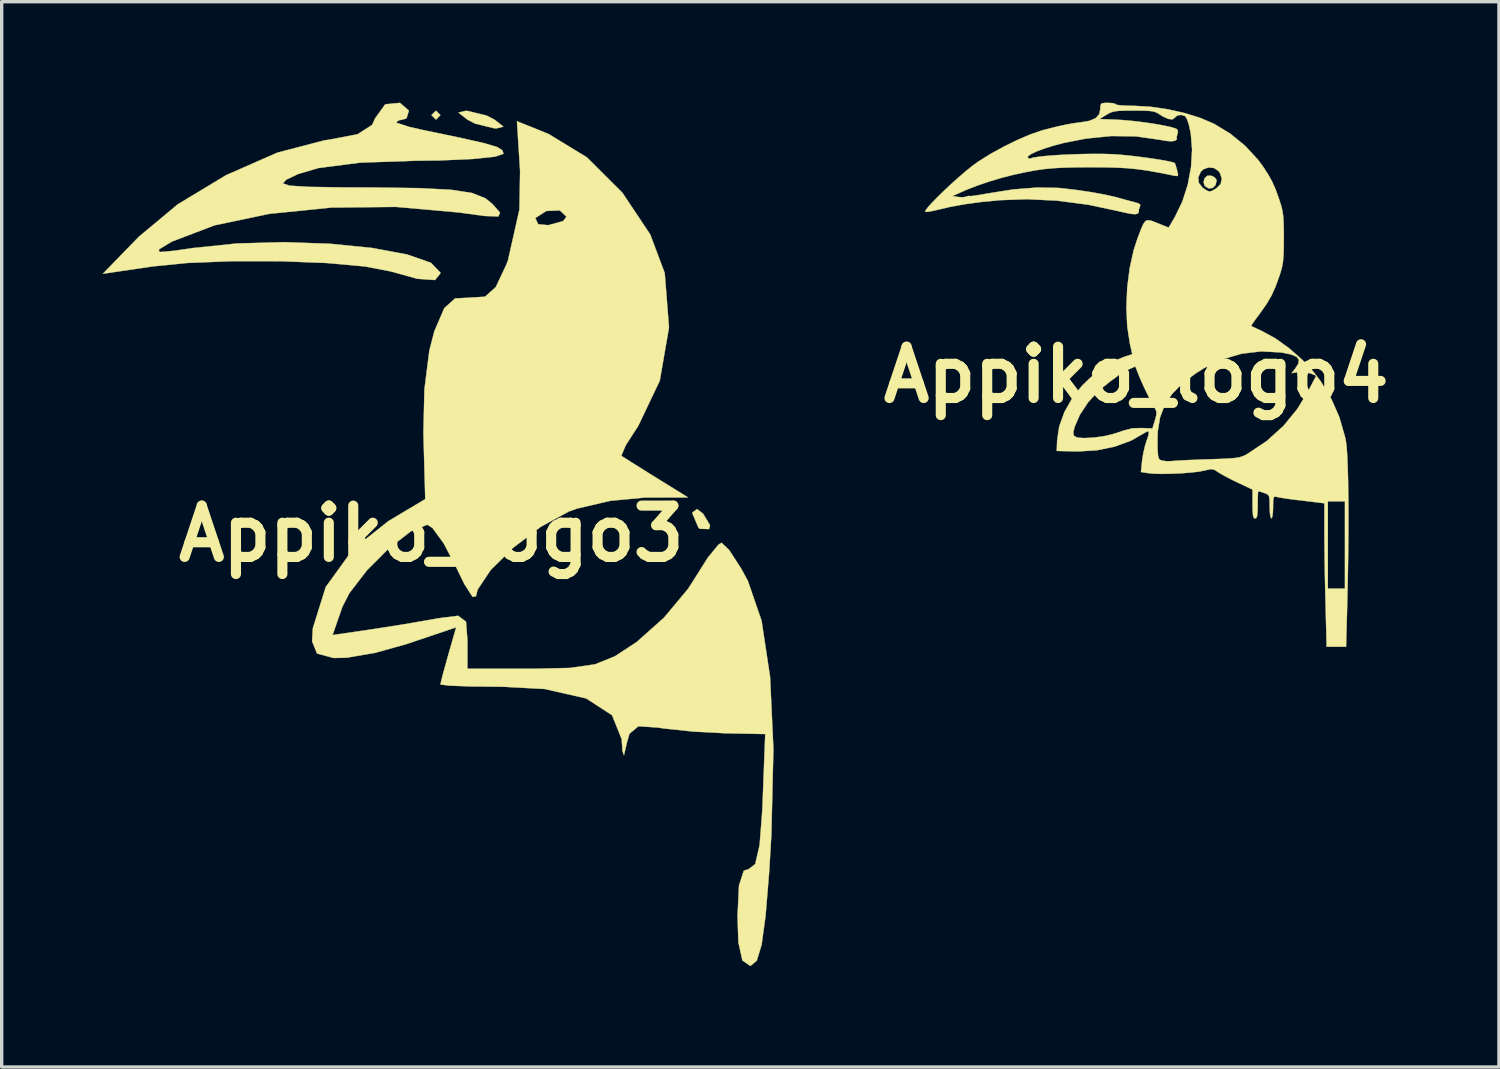
<source format=kicad_pcb>
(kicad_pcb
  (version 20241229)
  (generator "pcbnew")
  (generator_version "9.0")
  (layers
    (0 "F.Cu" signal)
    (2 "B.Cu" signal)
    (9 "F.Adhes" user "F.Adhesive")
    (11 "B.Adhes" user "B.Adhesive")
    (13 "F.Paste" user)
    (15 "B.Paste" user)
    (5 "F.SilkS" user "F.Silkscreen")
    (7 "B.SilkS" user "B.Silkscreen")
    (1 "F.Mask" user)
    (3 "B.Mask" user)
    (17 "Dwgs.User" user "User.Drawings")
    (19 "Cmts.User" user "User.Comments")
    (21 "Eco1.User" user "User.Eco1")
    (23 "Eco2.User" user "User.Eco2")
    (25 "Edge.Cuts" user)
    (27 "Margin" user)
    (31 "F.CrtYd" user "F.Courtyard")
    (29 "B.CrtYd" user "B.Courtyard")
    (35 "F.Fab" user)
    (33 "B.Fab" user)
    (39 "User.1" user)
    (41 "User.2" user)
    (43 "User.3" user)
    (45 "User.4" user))
  (footprint "Appiko_logo4"
    (layer "F.Cu")
    (at 30.698 8.082)
    (property "Reference" "Appiko_logo4" (at 0 0 0) (layer "F.SilkS") (effects (font (size 1.524 1.524) (thickness 0.3))))
    (attr through_hole)
    (fp_poly (pts (xy 2.327 -5.865) (xy 2.386 -5.786) (xy 2.388 -5.768) (xy 2.351 -5.628) (xy 2.262 -5.547) (xy 2.147 -5.536) (xy 2.035 -5.609) (xy 2.034 -5.611) (xy 1.998 -5.722) (xy 2.032 -5.841) (xy 2.114 -5.913) (xy 2.221 -5.915) (xy 2.327 -5.865)) (stroke (width 0.01) (type solid)) (fill yes) (layer "F.SilkS"))
    (fp_poly (pts (xy -0.702 -8.069) (xy -0.62 -8.047) (xy -0.61 -8.034) (xy -0.562 -8.016) (xy -0.434 -8.001) (xy -0.246 -7.992) (xy -0.064 -7.989) (xy 0.419 -7.962) (xy 0.93 -7.888) (xy 1.437 -7.774) (xy 1.909 -7.627) (xy 2.311 -7.455) (xy 2.79 -7.164) (xy 3.232 -6.804) (xy 3.611 -6.395) (xy 3.757 -6.198) (xy 3.916 -5.954) (xy 4.035 -5.741) (xy 4.135 -5.516) (xy 4.235 -5.24) (xy 4.252 -5.19) (xy 4.305 -5.021) (xy 4.342 -4.87) (xy 4.365 -4.709) (xy 4.377 -4.514) (xy 4.382 -4.258) (xy 4.383 -4.064) (xy 4.381 -3.759) (xy 4.373 -3.531) (xy 4.357 -3.352) (xy 4.329 -3.198) (xy 4.286 -3.043) (xy 4.253 -2.94) (xy 4.136 -2.617) (xy 4.017 -2.354) (xy 3.875 -2.11) (xy 3.689 -1.845) (xy 3.656 -1.801) (xy 3.541 -1.646) (xy 3.456 -1.524) (xy 3.415 -1.457) (xy 3.414 -1.449) (xy 3.464 -1.424) (xy 3.582 -1.369) (xy 3.728 -1.303) (xy 4.13 -1.083) (xy 4.539 -0.79) (xy 4.93 -0.447) (xy 5.275 -0.076) (xy 5.483 0.199) (xy 5.798 0.724) (xy 6.032 1.258) (xy 6.199 1.838) (xy 6.222 1.943) (xy 6.246 2.113) (xy 6.265 2.376) (xy 6.28 2.722) (xy 6.292 3.143) (xy 6.299 3.628) (xy 6.301 4.17) (xy 6.3 4.758) (xy 6.294 5.384) (xy 6.283 6.039) (xy 6.268 6.713) (xy 6.266 6.82) (xy 6.232 8.077) (xy 5.655 8.077) (xy 5.622 6.82) (xy 5.612 6.406) (xy 5.603 5.966) (xy 5.596 5.528) (xy 5.591 5.123) (xy 5.588 4.78) (xy 5.588 4.689) (xy 5.588 3.816) (xy 5.372 3.79) (xy 5.217 3.771) (xy 5.118 3.759) (xy 5.69 3.759) (xy 5.69 6.35) (xy 6.198 6.35) (xy 6.198 3.759) (xy 5.69 3.759) (xy 5.118 3.759) (xy 5.003 3.745) (xy 4.771 3.717) (xy 4.724 3.712) (xy 4.511 3.684) (xy 4.326 3.656) (xy 4.2 3.633) (xy 4.178 3.627) (xy 4.117 3.616) (xy 4.083 3.638) (xy 4.068 3.715) (xy 4.064 3.867) (xy 4.064 3.931) (xy 4.057 4.106) (xy 4.038 4.226) (xy 4.013 4.267) (xy 3.987 4.22) (xy 3.969 4.095) (xy 3.962 3.917) (xy 3.96 3.732) (xy 3.948 3.623) (xy 3.915 3.563) (xy 3.85 3.527) (xy 3.802 3.51) (xy 3.689 3.472) (xy 3.626 3.455) (xy 3.625 3.454) (xy 3.616 3.501) (xy 3.61 3.626) (xy 3.607 3.803) (xy 3.607 3.861) (xy 3.603 4.069) (xy 3.59 4.194) (xy 3.564 4.254) (xy 3.531 4.267) (xy 3.492 4.249) (xy 3.469 4.181) (xy 3.457 4.048) (xy 3.454 3.838) (xy 3.454 3.408) (xy 3.022 3.206) (xy 2.81 3.102) (xy 2.615 3) (xy 2.468 2.915) (xy 2.431 2.89) (xy 2.324 2.823) (xy 2.233 2.802) (xy 2.111 2.822) (xy 2.037 2.842) (xy 1.862 2.875) (xy 1.615 2.904) (xy 1.326 2.926) (xy 1.024 2.939) (xy 0.739 2.943) (xy 0.5 2.936) (xy 0.381 2.924) (xy 0.139 2.887) (xy 0.173 2.557) (xy 0.208 2.331) (xy 0.263 2.098) (xy 0.277 2.056) (xy 0.63 2.056) (xy 0.637 2.273) (xy 0.649 2.41) (xy 0.671 2.487) (xy 0.709 2.527) (xy 0.765 2.548) (xy 0.903 2.567) (xy 1.064 2.562) (xy 1.067 2.562) (xy 1.175 2.552) (xy 1.364 2.541) (xy 1.614 2.529) (xy 1.905 2.518) (xy 2.159 2.509) (xy 2.488 2.498) (xy 2.733 2.487) (xy 2.911 2.473) (xy 3.041 2.454) (xy 3.14 2.428) (xy 3.225 2.392) (xy 3.302 2.349) (xy 3.875 1.966) (xy 4.37 1.52) (xy 4.789 1.007) (xy 5.107 0.483) (xy 5.345 0.027) (xy 5.176 -0.042) (xy 4.963 -0.087) (xy 4.81 -0.08) (xy 4.613 -0.048) (xy 4.72 -0.183) (xy 4.814 -0.332) (xy 4.829 -0.448) (xy 4.76 -0.536) (xy 4.602 -0.604) (xy 4.348 -0.656) (xy 4.288 -0.665) (xy 3.708 -0.696) (xy 3.131 -0.627) (xy 2.565 -0.462) (xy 2.018 -0.201) (xy 1.763 -0.04) (xy 1.365 0.262) (xy 1.062 0.572) (xy 0.844 0.902) (xy 0.706 1.269) (xy 0.638 1.684) (xy 0.63 2.056) (xy 0.277 2.056) (xy 0.305 1.967) (xy 0.365 1.789) (xy 0.374 1.694) (xy 0.333 1.678) (xy 0.264 1.716) (xy -0.154 1.955) (xy -0.636 2.132) (xy -1.165 2.241) (xy -1.72 2.276) (xy -1.81 2.275) (xy -2.362 2.261) (xy -2.35 1.947) (xy -2.314 1.704) (xy -1.869 1.704) (xy -1.855 1.806) (xy -1.772 1.859) (xy -1.608 1.877) (xy -1.513 1.878) (xy -1.275 1.865) (xy -1.018 1.833) (xy -0.889 1.809) (xy -0.683 1.757) (xy -0.482 1.694) (xy -0.381 1.656) (xy -0.114 1.589) (xy 0.151 1.581) (xy 0.48 1.593) (xy 0.555 1.352) (xy 0.596 1.2) (xy 0.601 1.102) (xy 0.568 1.016) (xy 0.543 0.975) (xy 0.451 0.813) (xy 0.337 0.591) (xy 0.219 0.343) (xy 0.113 0.104) (xy 0.067 -0.01) (xy -0.027 -0.248) (xy -0.253 -0.147) (xy -0.391 -0.08) (xy -0.485 -0.025) (xy -0.507 -0.007) (xy -0.561 0.042) (xy -0.672 0.124) (xy -0.767 0.191) (xy -1.124 0.48) (xy -1.433 0.821) (xy -1.677 1.191) (xy -1.827 1.539) (xy -1.869 1.704) (xy -2.314 1.704) (xy -2.288 1.533) (xy -2.135 1.109) (xy -1.901 0.693) (xy -1.608 0.32) (xy -1.379 0.1) (xy -1.102 -0.118) (xy -0.808 -0.313) (xy -0.527 -0.465) (xy -0.364 -0.531) (xy -0.119 -0.612) (xy -0.19 -0.928) (xy -0.268 -1.44) (xy -0.293 -2.004) (xy -0.268 -2.59) (xy -0.195 -3.168) (xy -0.076 -3.707) (xy 0.044 -4.072) (xy 0.138 -4.315) (xy 0.208 -4.476) (xy 0.271 -4.565) (xy 0.346 -4.595) (xy 0.449 -4.576) (xy 0.598 -4.518) (xy 0.697 -4.478) (xy 0.962 -4.372) (xy 1.144 -4.683) (xy 1.367 -5.141) (xy 1.529 -5.644) (xy 1.57 -5.865) (xy 1.84 -5.865) (xy 1.857 -5.701) (xy 1.971 -5.556) (xy 2.057 -5.497) (xy 2.141 -5.452) (xy 2.204 -5.446) (xy 2.286 -5.483) (xy 2.375 -5.537) (xy 2.505 -5.664) (xy 2.542 -5.822) (xy 2.486 -5.993) (xy 2.447 -6.048) (xy 2.314 -6.14) (xy 2.15 -6.159) (xy 1.995 -6.104) (xy 1.921 -6.036) (xy 1.84 -5.865) (xy 1.57 -5.865) (xy 1.627 -6.167) (xy 1.658 -6.686) (xy 1.619 -7.176) (xy 1.56 -7.442) (xy 1.513 -7.579) (xy 1.463 -7.67) (xy 1.45 -7.683) (xy 1.338 -7.72) (xy 1.222 -7.704) (xy 1.149 -7.642) (xy 1.148 -7.64) (xy 1.08 -7.587) (xy 0.955 -7.599) (xy 0.791 -7.672) (xy 0.689 -7.738) (xy 0.612 -7.785) (xy 0.526 -7.817) (xy 0.41 -7.836) (xy 0.241 -7.845) (xy -0.002 -7.848) (xy -0.076 -7.848) (xy -0.34 -7.846) (xy -0.526 -7.839) (xy -0.657 -7.822) (xy -0.757 -7.792) (xy -0.848 -7.746) (xy -0.889 -7.721) (xy -1.092 -7.595) (xy -0.711 -7.583) (xy -0.426 -7.568) (xy -0.112 -7.54) (xy 0.21 -7.502) (xy 0.52 -7.457) (xy 0.798 -7.408) (xy 1.023 -7.359) (xy 1.176 -7.312) (xy 1.213 -7.293) (xy 1.24 -7.22) (xy 1.219 -7.136) (xy 1.195 -7.043) (xy 1.208 -7.009) (xy 1.202 -6.987) (xy 1.156 -6.956) (xy 1.059 -6.934) (xy 0.889 -6.947) (xy 0.686 -6.983) (xy -0.011 -7.082) (xy -0.734 -7.092) (xy -1.493 -7.016) (xy -2.164 -6.884) (xy -2.452 -6.808) (xy -2.716 -6.725) (xy -2.941 -6.642) (xy -3.11 -6.564) (xy -3.209 -6.497) (xy -3.226 -6.452) (xy -3.171 -6.418) (xy -3.156 -6.422) (xy -3.059 -6.452) (xy -2.877 -6.48) (xy -2.628 -6.505) (xy -2.33 -6.527) (xy -1.999 -6.544) (xy -1.653 -6.556) (xy -1.309 -6.562) (xy -0.985 -6.561) (xy -0.697 -6.552) (xy -0.617 -6.547) (xy -0.37 -6.527) (xy -0.093 -6.498) (xy 0.196 -6.462) (xy 0.477 -6.423) (xy 0.731 -6.383) (xy 0.94 -6.345) (xy 1.085 -6.312) (xy 1.145 -6.288) (xy 1.165 -6.235) (xy 1.2 -6.12) (xy 1.211 -6.08) (xy 1.241 -5.956) (xy 1.232 -5.906) (xy 1.172 -5.905) (xy 1.127 -5.914) (xy 0.708 -5.998) (xy 0.356 -6.061) (xy 0.043 -6.106) (xy -0.259 -6.136) (xy -0.578 -6.153) (xy -0.943 -6.162) (xy -1.372 -6.164) (xy -1.805 -6.161) (xy -2.161 -6.153) (xy -2.465 -6.136) (xy -2.74 -6.11) (xy -3.011 -6.07) (xy -3.302 -6.015) (xy -3.632 -5.944) (xy -3.981 -5.856) (xy -4.361 -5.742) (xy -4.732 -5.616) (xy -5.052 -5.491) (xy -5.105 -5.467) (xy -5.461 -5.309) (xy -5.283 -5.281) (xy -5.149 -5.272) (xy -5.056 -5.289) (xy -5.05 -5.293) (xy -4.984 -5.315) (xy -4.97 -5.309) (xy -4.913 -5.308) (xy -4.779 -5.324) (xy -4.588 -5.354) (xy -4.416 -5.386) (xy -3.644 -5.507) (xy -2.944 -5.562) (xy -2.319 -5.551) (xy -2.189 -5.539) (xy -1.745 -5.486) (xy -1.316 -5.422) (xy -0.929 -5.351) (xy -0.608 -5.278) (xy -0.533 -5.257) (xy -0.332 -5.201) (xy -0.128 -5.146) (xy -0.063 -5.13) (xy 0.069 -5.091) (xy 0.12 -5.051) (xy 0.11 -4.994) (xy 0.104 -4.983) (xy 0.074 -4.898) (xy 0.079 -4.865) (xy 0.069 -4.818) (xy 0.039 -4.787) (xy -0.032 -4.769) (xy -0.172 -4.782) (xy -0.392 -4.828) (xy -0.5 -4.854) (xy -1.425 -5.051) (xy -2.346 -5.172) (xy -3.244 -5.216) (xy -4.04 -5.187) (xy -4.607 -5.132) (xy -5.097 -5.066) (xy -5.534 -4.986) (xy -5.886 -4.904) (xy -6.06 -4.864) (xy -6.198 -4.841) (xy -6.265 -4.84) (xy -6.259 -4.881) (xy -6.188 -4.977) (xy -6.063 -5.115) (xy -5.897 -5.285) (xy -5.702 -5.475) (xy -5.489 -5.674) (xy -5.27 -5.87) (xy -5.058 -6.052) (xy -4.865 -6.208) (xy -4.702 -6.327) (xy -4.699 -6.329) (xy -4.332 -6.559) (xy -3.931 -6.779) (xy -3.525 -6.978) (xy -3.14 -7.142) (xy -2.804 -7.257) (xy -2.769 -7.267) (xy -2.377 -7.368) (xy -2.056 -7.438) (xy -1.778 -7.484) (xy -1.655 -7.498) (xy -1.383 -7.545) (xy -1.2 -7.626) (xy -1.098 -7.745) (xy -1.067 -7.903) (xy -1.062 -8.01) (xy -1.028 -8.061) (xy -0.938 -8.076) (xy -0.838 -8.077) (xy -0.702 -8.069)) (stroke (width 0.01) (type solid)) (fill yes) (layer "F.SilkS")))
  (footprint "Appiko_logo3"
    (layer "F.Cu")
    (at 9.764 12.802)
    (property "Reference" "Appiko_logo3" (at 0 0 0) (layer "F.SilkS") (effects (font (size 1.524 1.524) (thickness 0.3))))
    (attr through_hole)
    (fp_poly (pts (xy 0.267 -12.433) (xy 0.134 -12.299) (xy 0 -12.433) (xy 0.134 -12.566) (xy 0.267 -12.433)) (stroke (width 0.01) (type solid)) (fill yes) (layer "F.SilkS"))
    (fp_poly (pts (xy 8.07 -0.593) (xy 8.274 -0.252) (xy 8.248 -0.138) (xy 7.969 -0.146) (xy 7.932 -0.178) (xy 7.756 -0.59) (xy 7.754 -0.633) (xy 7.889 -0.732) (xy 8.07 -0.593)) (stroke (width 0.01) (type solid)) (fill yes) (layer "F.SilkS"))
    (fp_poly (pts (xy 1.642 -12.418) (xy 1.872 -12.299) (xy 2.138 -12.091) (xy 1.938 -12.04) (xy 1.872 -12.04) (xy 1.299 -12.18) (xy 1.069 -12.299) (xy 0.803 -12.507) (xy 1.003 -12.558) (xy 1.069 -12.558) (xy 1.642 -12.418)) (stroke (width 0.01) (type solid)) (fill yes) (layer "F.SilkS"))
    (fp_poly (pts (xy -0.668 -12.566) (xy -0.741 -12.334) (xy -0.987 -12.27) (xy -1.046 -12.209) (xy -0.666 -12.085) (xy -0.267 -11.994) (xy 0.866 -11.758) (xy 1.574 -11.598) (xy 1.956 -11.483) (xy 2.111 -11.385) (xy 2.139 -11.285) (xy 1.891 -11.199) (xy 1.222 -11.13) (xy 0.249 -11.087) (xy -0.468 -11.078) (xy -2.122 -11.021) (xy -3.355 -10.862) (xy -3.961 -10.683) (xy -4.309 -10.517) (xy -4.414 -10.406) (xy -4.214 -10.338) (xy -3.644 -10.302) (xy -2.643 -10.287) (xy -1.754 -10.283) (xy -0.369 -10.265) (xy 0.583 -10.216) (xy 1.205 -10.12) (xy 1.598 -9.965) (xy 1.806 -9.799) (xy 2.037 -9.537) (xy 1.99 -9.423) (xy 1.582 -9.437) (xy 0.802 -9.543) (xy -1.054 -9.707) (xy -2.977 -9.687) (xy -4.822 -9.5) (xy -6.443 -9.159) (xy -7.698 -8.681) (xy -7.754 -8.65) (xy -8.097 -8.442) (xy -8.077 -8.366) (xy -7.633 -8.405) (xy -7.085 -8.485) (xy -5.776 -8.621) (xy -4.384 -8.66) (xy -3.011 -8.612) (xy -1.758 -8.487) (xy -0.726 -8.295) (xy -0.017 -8.048) (xy 0.266 -7.755) (xy 0.267 -7.733) (xy 0.107 -7.535) (xy -0.417 -7.571) (xy -1.203 -7.79) (xy -1.975 -7.938) (xy -3.123 -8.041) (xy -4.492 -8.094) (xy -5.925 -8.095) (xy -7.266 -8.041) (xy -8.288 -7.938) (xy -9.759 -7.721) (xy -8.689 -8.822) (xy -7.533 -9.785) (xy -6.096 -10.651) (xy -4.578 -11.318) (xy -3.18 -11.684) (xy -3.05 -11.701) (xy -2.196 -11.864) (xy -1.764 -12.141) (xy -1.672 -12.338) (xy -1.372 -12.755) (xy -0.936 -12.797) (xy -0.668 -12.566)) (stroke (width 0.01) (type solid)) (fill yes) (layer "F.SilkS"))
    (fp_poly (pts (xy 3.476 -11.874) (xy 4.617 -11.179) (xy 5.673 -10.126) (xy 6.499 -8.888) (xy 6.929 -7.743) (xy 7.056 -6.123) (xy 6.782 -4.545) (xy 6.139 -3.194) (xy 6.11 -3.153) (xy 5.771 -2.626) (xy 5.644 -2.325) (xy 5.652 -2.307) (xy 5.919 -2.136) (xy 6.47 -1.791) (xy 6.684 -1.658) (xy 7.62 -1.078) (xy 6.341 -1.074) (xy 5.315 -0.978) (xy 4.316 -0.745) (xy 4.069 -0.655) (xy 3.244 -0.203) (xy 2.43 0.415) (xy 1.761 1.076) (xy 1.372 1.659) (xy 1.323 1.857) (xy 1.222 1.876) (xy 0.975 1.49) (xy 0.738 1.003) (xy 0.364 0.285) (xy 0.027 -0.176) (xy -0.123 -0.267) (xy -0.613 -0.07) (xy -1.259 0.429) (xy -1.916 1.088) (xy -2.44 1.769) (xy -2.645 2.171) (xy -2.937 3.01) (xy -1.803 2.844) (xy -0.841 2.694) (xy 0.067 2.537) (xy 0.201 2.512) (xy 0.792 2.437) (xy 1.027 2.612) (xy 1.069 3.162) (xy 1.069 3.178) (xy 1.069 4.011) (xy 3.035 4.011) (xy 4.114 3.986) (xy 4.854 3.88) (xy 5.449 3.641) (xy 6.092 3.219) (xy 6.097 3.215) (xy 6.906 2.495) (xy 7.622 1.637) (xy 7.808 1.346) (xy 8.211 0.707) (xy 8.529 0.321) (xy 8.617 0.269) (xy 8.843 0.484) (xy 9.198 1.033) (xy 9.4 1.404) (xy 9.807 2.588) (xy 10.059 4.259) (xy 10.157 6.39) (xy 10.096 8.955) (xy 10.033 10.02) (xy 9.925 11.345) (xy 9.807 12.208) (xy 9.664 12.68) (xy 9.481 12.833) (xy 9.466 12.834) (xy 9.235 12.673) (xy 9.117 12.135) (xy 9.091 11.363) (xy 9.135 10.448) (xy 9.276 10.011) (xy 9.425 9.959) (xy 9.616 9.813) (xy 9.747 9.25) (xy 9.827 8.214) (xy 9.836 7.988) (xy 9.914 5.95) (xy 8.738 5.927) (xy 7.783 5.877) (xy 6.9 5.784) (xy 6.741 5.758) (xy 6.149 5.718) (xy 5.88 5.941) (xy 5.803 6.216) (xy 5.718 6.581) (xy 5.673 6.451) (xy 5.651 6.102) (xy 5.365 5.391) (xy 4.597 4.892) (xy 3.357 4.611) (xy 2.098 4.545) (xy 1.187 4.536) (xy 0.531 4.512) (xy 0.268 4.478) (xy 0.267 4.477) (xy 0.333 4.201) (xy 0.492 3.627) (xy 0.501 3.594) (xy 0.734 2.78) (xy -0.736 3.276) (xy -1.676 3.539) (xy -2.518 3.683) (xy -2.908 3.691) (xy -3.398 3.557) (xy -3.545 3.196) (xy -3.522 2.807) (xy -3.14 1.584) (xy -2.325 0.456) (xy -1.275 -0.377) (xy -0.184 -1.028) (xy -0.238 -2.987) (xy -0.208 -4.29) (xy -0.061 -5.447) (xy 0.087 -6.016) (xy 0.382 -6.7) (xy 0.701 -6.988) (xy 1.144 -7.012) (xy 1.592 -7.04) (xy 1.911 -7.326) (xy 2.223 -7.989) (xy 2.274 -8.122) (xy 2.556 -9.374) (xy 3.085 -9.374) (xy 3.172 -9.191) (xy 3.47 -9.164) (xy 3.908 -9.284) (xy 4.011 -9.415) (xy 3.813 -9.603) (xy 3.411 -9.586) (xy 3.087 -9.377) (xy 3.085 -9.374) (xy 2.556 -9.374) (xy 2.614 -9.633) (xy 2.633 -10.778) (xy 2.54 -12.251) (xy 3.476 -11.874)) (stroke (width 0.01) (type solid)) (fill yes) (layer "F.SilkS")))
  (gr_rect
    (start -3 -3)
    (end 41.47 28.641)
    (stroke (width 0.1) (type default))
    (fill no)
    (layer "Edge.Cuts")))
</source>
